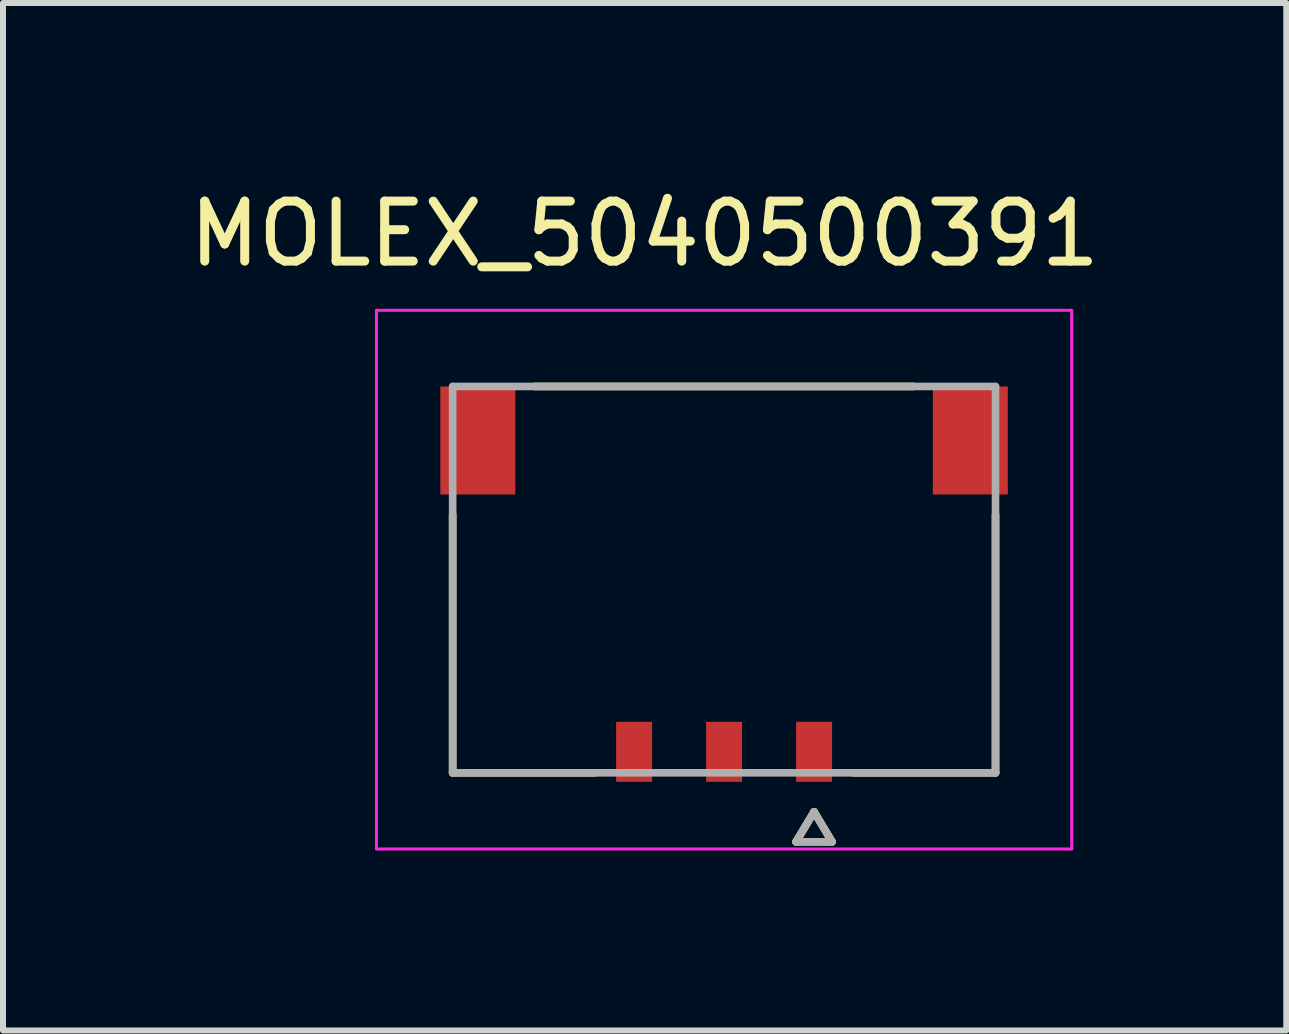
<source format=kicad_pcb>
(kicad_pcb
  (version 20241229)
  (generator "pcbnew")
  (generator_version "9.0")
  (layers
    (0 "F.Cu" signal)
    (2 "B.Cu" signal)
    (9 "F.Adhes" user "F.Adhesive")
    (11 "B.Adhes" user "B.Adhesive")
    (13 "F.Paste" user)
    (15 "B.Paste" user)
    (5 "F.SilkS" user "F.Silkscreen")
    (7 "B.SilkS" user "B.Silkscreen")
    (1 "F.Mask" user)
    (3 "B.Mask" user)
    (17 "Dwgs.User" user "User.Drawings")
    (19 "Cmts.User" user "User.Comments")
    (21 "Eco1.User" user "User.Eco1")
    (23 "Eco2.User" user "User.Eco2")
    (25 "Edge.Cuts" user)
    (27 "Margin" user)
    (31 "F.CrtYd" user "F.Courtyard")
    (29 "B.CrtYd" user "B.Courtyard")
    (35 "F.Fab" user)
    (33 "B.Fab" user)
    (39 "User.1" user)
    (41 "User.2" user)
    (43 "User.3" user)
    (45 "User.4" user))
  (footprint "MOLEX_5040500391"
    (layer "F.Cu")
    (at 9.021 6.613)
    (property "Reference" "MOLEX_5040500391" (at -1.325 -5.765 0) (layer "F.SilkS") (effects (font (size 1 1) (thickness 0.15))))
    (attr through_hole)
    (fp_poly (pts (xy -4.806 -3.296) (xy -3.404 -3.296) (xy -3.404 -1.344) (xy -4.806 -1.344)) (stroke (width 0.01) (type solid)) (fill yes) (layer "F.Mask"))
    (fp_poly (pts (xy -1.876 2.294) (xy -1.124 2.294) (xy -1.124 3.446) (xy -1.876 3.446)) (stroke (width 0.01) (type solid)) (fill yes) (layer "F.Mask"))
    (fp_poly (pts (xy -0.376 2.294) (xy 0.376 2.294) (xy 0.376 3.446) (xy -0.376 3.446)) (stroke (width 0.01) (type solid)) (fill yes) (layer "F.Mask"))
    (fp_poly (pts (xy 1.124 2.294) (xy 1.876 2.294) (xy 1.876 3.446) (xy 1.124 3.446)) (stroke (width 0.01) (type solid)) (fill yes) (layer "F.Mask"))
    (fp_poly (pts (xy 3.404 -3.296) (xy 4.806 -3.296) (xy 4.806 -1.344) (xy 3.404 -1.344)) (stroke (width 0.01) (type solid)) (fill yes) (layer "F.Mask"))
    (fp_line (start -4.525 3.22) (end -4.525 -1.08) (stroke (width 0.127) (type solid)) (layer "F.SilkS"))
    (fp_line (start -2.15 3.22) (end -4.525 3.22) (stroke (width 0.127) (type solid)) (layer "F.SilkS"))
    (fp_line (start 1.2 4.37) (end 1.5 3.87) (stroke (width 0.127) (type solid)) (layer "F.SilkS"))
    (fp_line (start 1.5 3.87) (end 1.8 4.37) (stroke (width 0.127) (type solid)) (layer "F.SilkS"))
    (fp_line (start 1.8 4.37) (end 1.2 4.37) (stroke (width 0.127) (type solid)) (layer "F.SilkS"))
    (fp_line (start 3.16 -3.22) (end -3.16 -3.22) (stroke (width 0.127) (type solid)) (layer "F.SilkS"))
    (fp_line (start 4.525 -1.08) (end 4.525 3.22) (stroke (width 0.127) (type solid)) (layer "F.SilkS"))
    (fp_line (start 4.525 3.22) (end 2.15 3.22) (stroke (width 0.127) (type solid)) (layer "F.SilkS"))
    (fp_line (start -5.795 -4.49) (end 5.795 -4.49) (stroke (width 0.05) (type solid)) (layer "F.CrtYd"))
    (fp_line (start -5.795 4.49) (end -5.795 -4.49) (stroke (width 0.05) (type solid)) (layer "F.CrtYd"))
    (fp_line (start -5.795 4.49) (end 5.795 4.49) (stroke (width 0.05) (type solid)) (layer "F.CrtYd"))
    (fp_line (start 5.795 -4.49) (end 5.795 4.49) (stroke (width 0.05) (type solid)) (layer "F.CrtYd"))
    (fp_line (start -4.525 -3.22) (end 4.525 -3.22) (stroke (width 0.127) (type solid)) (layer "F.Fab"))
    (fp_line (start -4.525 3.22) (end -4.525 -3.22) (stroke (width 0.127) (type solid)) (layer "F.Fab"))
    (fp_line (start 1.2 4.37) (end 1.5 3.87) (stroke (width 0.127) (type solid)) (layer "F.Fab"))
    (fp_line (start 1.5 3.87) (end 1.8 4.37) (stroke (width 0.127) (type solid)) (layer "F.Fab"))
    (fp_line (start 1.8 4.37) (end 1.2 4.37) (stroke (width 0.127) (type solid)) (layer "F.Fab"))
    (fp_line (start 4.525 -3.22) (end 4.525 3.22) (stroke (width 0.127) (type solid)) (layer "F.Fab"))
    (fp_line (start 4.525 3.22) (end -4.525 3.22) (stroke (width 0.127) (type solid)) (layer "F.Fab"))
    (pad "1" smd rect (at 1.5 2.87) (size 0.6 1) (layers "F.Cu" "F.Paste"))
    (pad "2" smd rect (at 0 2.87) (size 0.6 1) (layers "F.Cu" "F.Paste"))
    (pad "3" smd rect (at -1.5 2.87) (size 0.6 1) (layers "F.Cu" "F.Paste"))
    (pad "S1" smd rect (at 4.105 -2.32) (size 1.25 1.8) (layers "F.Cu" "F.Paste"))
    (pad "S2" smd rect (at -4.105 -2.32) (size 1.25 1.8) (layers "F.Cu" "F.Paste")))
  (gr_rect
    (start -3 -3)
    (end 18.393 14.128)
    (stroke (width 0.1) (type default))
    (fill no)
    (layer "Edge.Cuts")))
</source>
